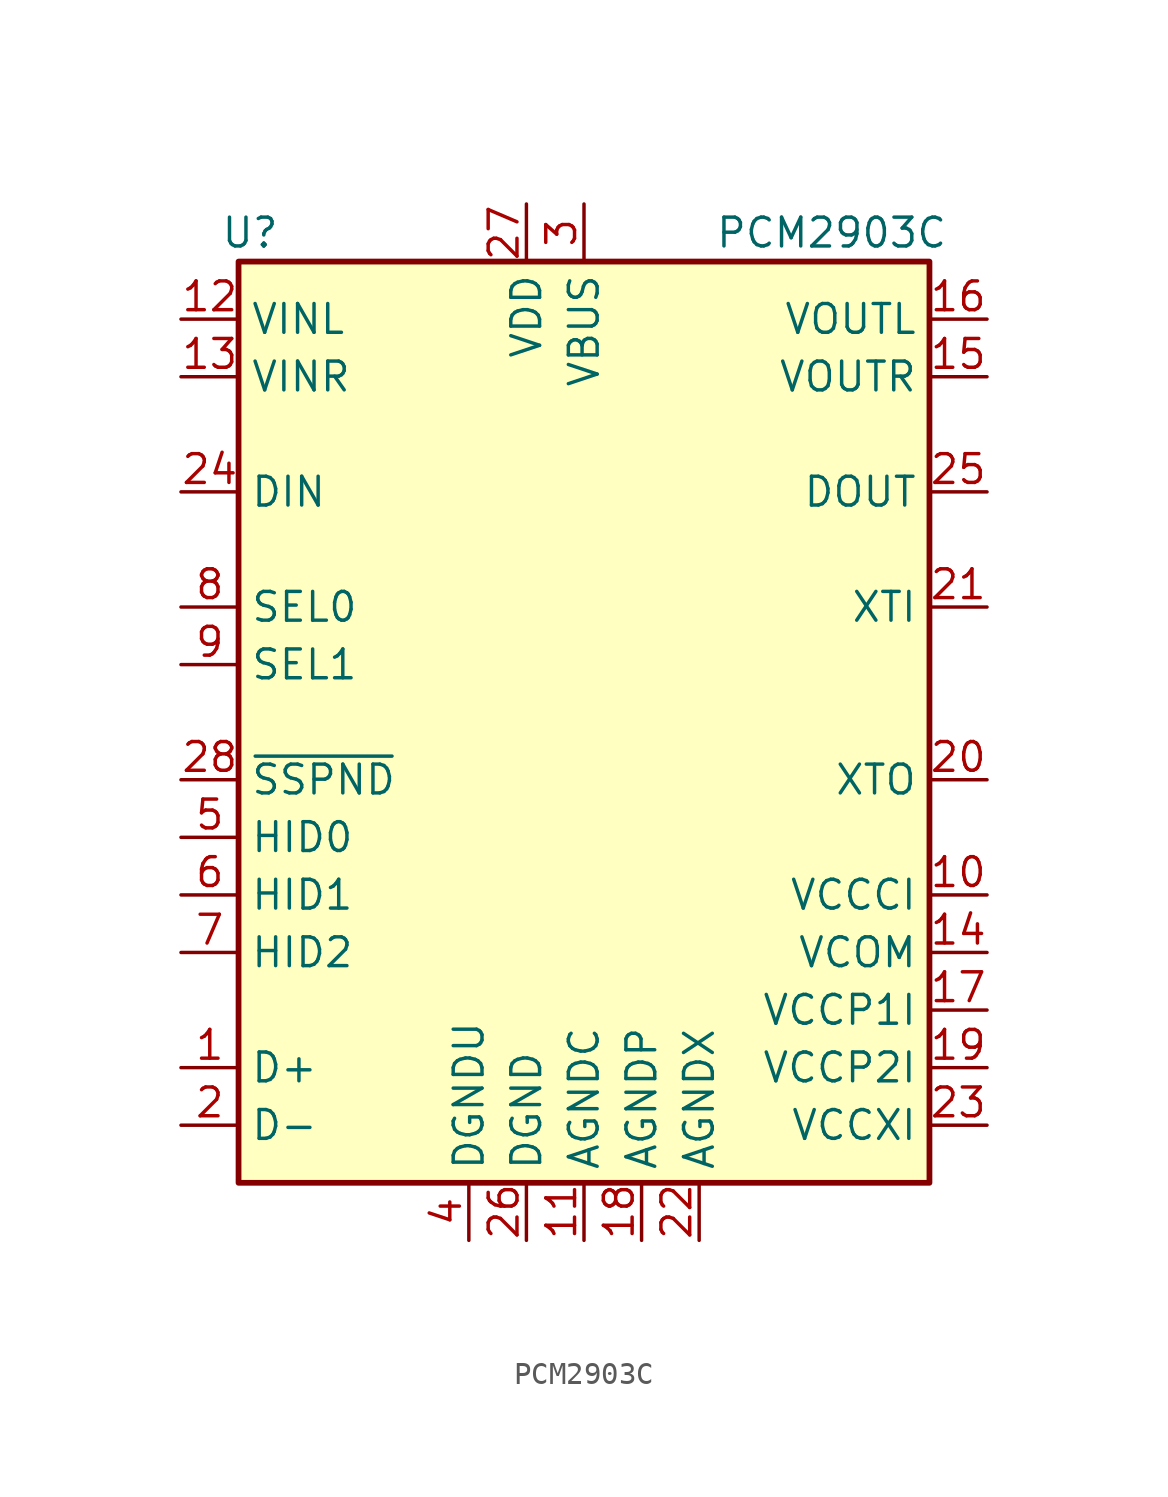
<source format=kicad_sym>
(kicad_symbol_lib
  (version 20220914)
  (generator kicad_symbol_editor)
  (symbol "PCM2903C"
    (property "Reference" "U"
      (at -14.732 21.59 0)
      (effects (font (size 1.27 1.27))))
    (property "Value" "PCM2903C"
      (at 10.922 21.59 0)
      (effects (font (size 1.27 1.27))))
    (symbol "PCM2903C_0_1"
      (rectangle (start -15.24 20.32) (end 15.24 -20.32) (stroke (width 0.254) (type default)) (fill (type background))))
    (symbol "PCM2903C_1_1"
      (pin bidirectional line (at -17.78 -15.24 0) (length 2.54) (name "D+" (effects (font (size 1.27 1.27)))) (number "1" (effects (font (size 1.27 1.27)))))
      (pin passive line (at 17.78 -7.62 180) (length 2.54) (name "VCCCI" (effects (font (size 1.27 1.27)))) (number "10" (effects (font (size 1.27 1.27)))))
      (pin power_in line (at 0 -22.86 90) (length 2.54) (name "AGNDC" (effects (font (size 1.27 1.27)))) (number "11" (effects (font (size 1.27 1.27)))))
      (pin input line (at -17.78 17.78 0) (length 2.54) (name "VINL" (effects (font (size 1.27 1.27)))) (number "12" (effects (font (size 1.27 1.27)))))
      (pin input line (at -17.78 15.24 0) (length 2.54) (name "VINR" (effects (font (size 1.27 1.27)))) (number "13" (effects (font (size 1.27 1.27)))))
      (pin passive line (at 17.78 -10.16 180) (length 2.54) (name "VCOM" (effects (font (size 1.27 1.27)))) (number "14" (effects (font (size 1.27 1.27)))))
      (pin output line (at 17.78 15.24 180) (length 2.54) (name "VOUTR" (effects (font (size 1.27 1.27)))) (number "15" (effects (font (size 1.27 1.27)))))
      (pin output line (at 17.78 17.78 180) (length 2.54) (name "VOUTL" (effects (font (size 1.27 1.27)))) (number "16" (effects (font (size 1.27 1.27)))))
      (pin passive line (at 17.78 -12.7 180) (length 2.54) (name "VCCP1I" (effects (font (size 1.27 1.27)))) (number "17" (effects (font (size 1.27 1.27)))))
      (pin power_in line (at 2.54 -22.86 90) (length 2.54) (name "AGNDP" (effects (font (size 1.27 1.27)))) (number "18" (effects (font (size 1.27 1.27)))))
      (pin passive line (at 17.78 -15.24 180) (length 2.54) (name "VCCP2I" (effects (font (size 1.27 1.27)))) (number "19" (effects (font (size 1.27 1.27)))))
      (pin bidirectional line (at -17.78 -17.78 0) (length 2.54) (name "D-" (effects (font (size 1.27 1.27)))) (number "2" (effects (font (size 1.27 1.27)))))
      (pin output line (at 17.78 -2.54 180) (length 2.54) (name "XTO" (effects (font (size 1.27 1.27)))) (number "20" (effects (font (size 1.27 1.27)))))
      (pin input line (at 17.78 5.08 180) (length 2.54) (name "XTI" (effects (font (size 1.27 1.27)))) (number "21" (effects (font (size 1.27 1.27)))))
      (pin power_in line (at 5.08 -22.86 90) (length 2.54) (name "AGNDX" (effects (font (size 1.27 1.27)))) (number "22" (effects (font (size 1.27 1.27)))))
      (pin passive line (at 17.78 -17.78 180) (length 2.54) (name "VCCXI" (effects (font (size 1.27 1.27)))) (number "23" (effects (font (size 1.27 1.27)))))
      (pin input line (at -17.78 10.16 0) (length 2.54) (name "DIN" (effects (font (size 1.27 1.27)))) (number "24" (effects (font (size 1.27 1.27)))))
      (pin output line (at 17.78 10.16 180) (length 2.54) (name "DOUT" (effects (font (size 1.27 1.27)))) (number "25" (effects (font (size 1.27 1.27)))))
      (pin power_in line (at -2.54 -22.86 90) (length 2.54) (name "DGND" (effects (font (size 1.27 1.27)))) (number "26" (effects (font (size 1.27 1.27)))))
      (pin power_out line (at -2.54 22.86 270) (length 2.54) (name "VDD" (effects (font (size 1.27 1.27)))) (number "27" (effects (font (size 1.27 1.27)))))
      (pin output line (at -17.78 -2.54 0) (length 2.54) (name "~{SSPND}" (effects (font (size 1.27 1.27)))) (number "28" (effects (font (size 1.27 1.27)))))
      (pin power_in line (at 0 22.86 270) (length 2.54) (name "VBUS" (effects (font (size 1.27 1.27)))) (number "3" (effects (font (size 1.27 1.27)))))
      (pin power_in line (at -5.08 -22.86 90) (length 2.54) (name "DGNDU" (effects (font (size 1.27 1.27)))) (number "4" (effects (font (size 1.27 1.27)))))
      (pin input line (at -17.78 -5.08 0) (length 2.54) (name "HID0" (effects (font (size 1.27 1.27)))) (number "5" (effects (font (size 1.27 1.27)))))
      (pin input line (at -17.78 -7.62 0) (length 2.54) (name "HID1" (effects (font (size 1.27 1.27)))) (number "6" (effects (font (size 1.27 1.27)))))
      (pin input line (at -17.78 -10.16 0) (length 2.54) (name "HID2" (effects (font (size 1.27 1.27)))) (number "7" (effects (font (size 1.27 1.27)))))
      (pin input line (at -17.78 5.08 0) (length 2.54) (name "SEL0" (effects (font (size 1.27 1.27)))) (number "8" (effects (font (size 1.27 1.27)))))
      (pin input line (at -17.78 2.54 0) (length 2.54) (name "SEL1" (effects (font (size 1.27 1.27)))) (number "9" (effects (font (size 1.27 1.27))))))))
</source>
